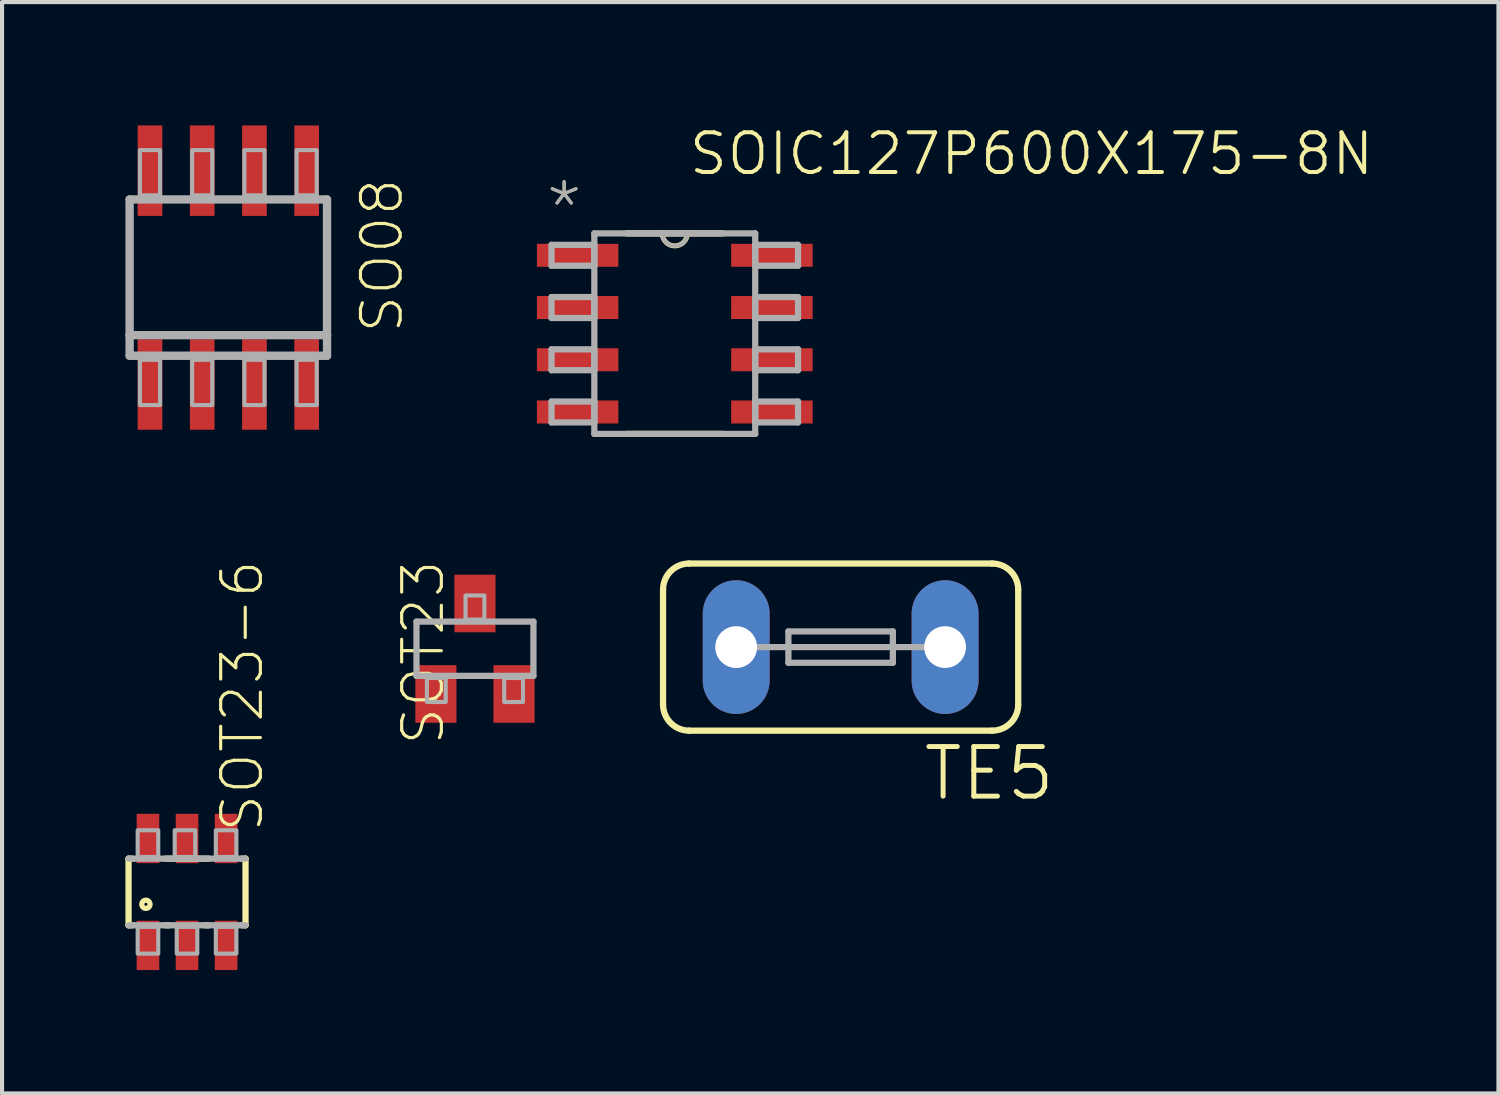
<source format=kicad_pcb>
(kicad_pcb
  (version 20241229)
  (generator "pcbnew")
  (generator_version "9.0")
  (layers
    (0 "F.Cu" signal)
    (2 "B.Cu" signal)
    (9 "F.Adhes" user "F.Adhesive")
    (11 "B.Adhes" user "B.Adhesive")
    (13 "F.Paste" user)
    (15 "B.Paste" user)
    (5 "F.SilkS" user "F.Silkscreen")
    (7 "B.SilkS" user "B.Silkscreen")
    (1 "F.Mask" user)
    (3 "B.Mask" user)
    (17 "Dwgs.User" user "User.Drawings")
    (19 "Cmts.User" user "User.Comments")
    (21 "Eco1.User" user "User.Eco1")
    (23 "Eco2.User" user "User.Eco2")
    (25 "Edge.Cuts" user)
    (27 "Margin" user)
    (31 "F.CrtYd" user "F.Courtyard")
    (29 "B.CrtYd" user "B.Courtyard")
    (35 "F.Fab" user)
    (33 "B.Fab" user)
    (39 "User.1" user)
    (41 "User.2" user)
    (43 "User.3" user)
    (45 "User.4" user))
  (footprint "SOIC127P600X175-8N"
    (layer "F.Cu")
    (at 13.358 5.063)
    (property "Reference" "SOIC127P600X175-8N" (at 0.294 -3.808 0) (layer "F.SilkS") (effects (font (size 0.965 0.965) (thickness 0.097)) (justify left bottom)))
    (attr through_hole)
    (fp_line (start -1.168 2.438) (end 1.168 2.438) (stroke (width 0.152) (type solid)) (layer "F.SilkS"))
    (fp_line (start -0.305 -2.438) (end -1.168 -2.438) (stroke (width 0.152) (type solid)) (layer "F.SilkS"))
    (fp_line (start 0.305 -2.438) (end -0.305 -2.438) (stroke (width 0.152) (type solid)) (layer "F.SilkS"))
    (fp_line (start 1.168 -2.438) (end 0.305 -2.438) (stroke (width 0.152) (type solid)) (layer "F.SilkS"))
    (fp_arc (start 0.3048 -2.4384) (mid 0 -2.1336) (end -0.3048 -2.4384) (stroke (width 0.12) (type solid)) (layer "F.SilkS"))
    (fp_line (start -2.997 -2.159) (end -2.997 -1.651) (stroke (width 0.152) (type solid)) (layer "F.Fab"))
    (fp_line (start -2.997 -1.651) (end -1.956 -1.651) (stroke (width 0.152) (type solid)) (layer "F.Fab"))
    (fp_line (start -2.997 -0.889) (end -2.997 -0.381) (stroke (width 0.152) (type solid)) (layer "F.Fab"))
    (fp_line (start -2.997 -0.381) (end -1.956 -0.381) (stroke (width 0.152) (type solid)) (layer "F.Fab"))
    (fp_line (start -2.997 0.381) (end -2.997 0.889) (stroke (width 0.152) (type solid)) (layer "F.Fab"))
    (fp_line (start -2.997 0.889) (end -1.956 0.889) (stroke (width 0.152) (type solid)) (layer "F.Fab"))
    (fp_line (start -2.997 1.651) (end -2.997 2.159) (stroke (width 0.152) (type solid)) (layer "F.Fab"))
    (fp_line (start -2.997 2.159) (end -1.956 2.159) (stroke (width 0.152) (type solid)) (layer "F.Fab"))
    (fp_line (start -1.956 -2.438) (end -1.956 2.438) (stroke (width 0.152) (type solid)) (layer "F.Fab"))
    (fp_line (start -1.956 -2.159) (end -2.997 -2.159) (stroke (width 0.152) (type solid)) (layer "F.Fab"))
    (fp_line (start -1.956 -1.651) (end -1.956 -2.159) (stroke (width 0.152) (type solid)) (layer "F.Fab"))
    (fp_line (start -1.956 -0.889) (end -2.997 -0.889) (stroke (width 0.152) (type solid)) (layer "F.Fab"))
    (fp_line (start -1.956 -0.381) (end -1.956 -0.889) (stroke (width 0.152) (type solid)) (layer "F.Fab"))
    (fp_line (start -1.956 0.381) (end -2.997 0.381) (stroke (width 0.152) (type solid)) (layer "F.Fab"))
    (fp_line (start -1.956 0.889) (end -1.956 0.381) (stroke (width 0.152) (type solid)) (layer "F.Fab"))
    (fp_line (start -1.956 1.651) (end -2.997 1.651) (stroke (width 0.152) (type solid)) (layer "F.Fab"))
    (fp_line (start -1.956 2.159) (end -1.956 1.651) (stroke (width 0.152) (type solid)) (layer "F.Fab"))
    (fp_line (start -1.956 2.438) (end 1.956 2.438) (stroke (width 0.152) (type solid)) (layer "F.Fab"))
    (fp_line (start -0.305 -2.438) (end -1.956 -2.438) (stroke (width 0.152) (type solid)) (layer "F.Fab"))
    (fp_line (start 0.305 -2.438) (end -0.305 -2.438) (stroke (width 0.152) (type solid)) (layer "F.Fab"))
    (fp_line (start 1.956 -2.438) (end 0.305 -2.438) (stroke (width 0.152) (type solid)) (layer "F.Fab"))
    (fp_line (start 1.956 -2.159) (end 1.956 -1.651) (stroke (width 0.152) (type solid)) (layer "F.Fab"))
    (fp_line (start 1.956 -1.651) (end 2.997 -1.651) (stroke (width 0.152) (type solid)) (layer "F.Fab"))
    (fp_line (start 1.956 -0.889) (end 1.956 -0.381) (stroke (width 0.152) (type solid)) (layer "F.Fab"))
    (fp_line (start 1.956 -0.381) (end 2.997 -0.381) (stroke (width 0.152) (type solid)) (layer "F.Fab"))
    (fp_line (start 1.956 0.381) (end 1.956 0.889) (stroke (width 0.152) (type solid)) (layer "F.Fab"))
    (fp_line (start 1.956 0.889) (end 2.997 0.889) (stroke (width 0.152) (type solid)) (layer "F.Fab"))
    (fp_line (start 1.956 1.651) (end 1.956 2.159) (stroke (width 0.152) (type solid)) (layer "F.Fab"))
    (fp_line (start 1.956 2.159) (end 2.997 2.159) (stroke (width 0.152) (type solid)) (layer "F.Fab"))
    (fp_line (start 1.956 2.438) (end 1.956 -2.438) (stroke (width 0.152) (type solid)) (layer "F.Fab"))
    (fp_line (start 2.997 -2.159) (end 1.956 -2.159) (stroke (width 0.152) (type solid)) (layer "F.Fab"))
    (fp_line (start 2.997 -1.651) (end 2.997 -2.159) (stroke (width 0.152) (type solid)) (layer "F.Fab"))
    (fp_line (start 2.997 -0.889) (end 1.956 -0.889) (stroke (width 0.152) (type solid)) (layer "F.Fab"))
    (fp_line (start 2.997 -0.381) (end 2.997 -0.889) (stroke (width 0.152) (type solid)) (layer "F.Fab"))
    (fp_line (start 2.997 0.381) (end 1.956 0.381) (stroke (width 0.152) (type solid)) (layer "F.Fab"))
    (fp_line (start 2.997 0.889) (end 2.997 0.381) (stroke (width 0.152) (type solid)) (layer "F.Fab"))
    (fp_line (start 2.997 1.651) (end 1.956 1.651) (stroke (width 0.152) (type solid)) (layer "F.Fab"))
    (fp_line (start 2.997 2.159) (end 2.997 1.651) (stroke (width 0.152) (type solid)) (layer "F.Fab"))
    (fp_arc (start 0.3048 -2.4384) (mid 0 -2.1336) (end -0.3048 -2.4384) (stroke (width 0.1) (type solid)) (layer "F.Fab"))
    (fp_text user "*" (at -3.2 -2.337 0) (layer "F.SilkS") (effects (font (size 1.206 1.206) (thickness 0.076)) (justify left bottom)))
    (fp_text user "*" (at -3.2 -2.337 0) (layer "F.Fab") (effects (font (size 1.206 1.206) (thickness 0.076)) (justify left bottom)))
    (pad "1" smd rect (at -2.362 -1.905) (size 1.981 0.559) (layers "F.Cu" "F.Mask" "F.Paste"))
    (pad "2" smd rect (at -2.362 -0.635) (size 1.981 0.559) (layers "F.Cu" "F.Mask" "F.Paste"))
    (pad "3" smd rect (at -2.362 0.635) (size 1.981 0.559) (layers "F.Cu" "F.Mask" "F.Paste"))
    (pad "4" smd rect (at -2.362 1.905) (size 1.981 0.559) (layers "F.Cu" "F.Mask" "F.Paste"))
    (pad "5" smd rect (at 2.362 1.905) (size 1.981 0.559) (layers "F.Cu" "F.Mask" "F.Paste"))
    (pad "6" smd rect (at 2.362 0.635) (size 1.981 0.559) (layers "F.Cu" "F.Mask" "F.Paste"))
    (pad "7" smd rect (at 2.362 -0.635) (size 1.981 0.559) (layers "F.Cu" "F.Mask" "F.Paste"))
    (pad "8" smd rect (at 2.362 -1.905) (size 1.981 0.559) (layers "F.Cu" "F.Mask" "F.Paste")))
  (footprint "TE5"
    (layer "F.Cu")
    (at 17.391 12.685)
    (property "Reference" "TE5" (at 1.953 3.778 180) (layer "F.SilkS") (effects (font (size 1.206 1.206) (thickness 0.121)) (justify left bottom)))
    (attr through_hole)
    (fp_line (start -4.318 -1.397) (end -4.318 1.397) (stroke (width 0.152) (type solid)) (layer "F.SilkS"))
    (fp_line (start -3.683 2.032) (end 3.683 2.032) (stroke (width 0.152) (type solid)) (layer "F.SilkS"))
    (fp_line (start 3.683 -2.032) (end -3.683 -2.032) (stroke (width 0.152) (type solid)) (layer "F.SilkS"))
    (fp_line (start 4.318 1.397) (end 4.318 -1.397) (stroke (width 0.152) (type solid)) (layer "F.SilkS"))
    (fp_arc (start -4.318 -1.397) (mid -4.132013 -1.846013) (end -3.683 -2.032) (stroke (width 0.1524) (type solid)) (layer "F.SilkS"))
    (fp_arc (start -3.683 2.032) (mid -4.132013 1.846013) (end -4.318 1.397) (stroke (width 0.1524) (type solid)) (layer "F.SilkS"))
    (fp_arc (start 3.683 -2.032) (mid 4.132013 -1.846013) (end 4.318 -1.397) (stroke (width 0.1524) (type solid)) (layer "F.SilkS"))
    (fp_arc (start 4.318 1.397) (mid 4.132013 1.846013) (end 3.683 2.032) (stroke (width 0.1524) (type solid)) (layer "F.SilkS"))
    (fp_line (start -2.159 0) (end 2.159 0) (stroke (width 0.152) (type solid)) (layer "F.Fab"))
    (fp_line (start -1.27 -0.381) (end -1.27 0.381) (stroke (width 0.152) (type solid)) (layer "F.Fab"))
    (fp_line (start -1.27 0.381) (end 1.27 0.381) (stroke (width 0.152) (type solid)) (layer "F.Fab"))
    (fp_line (start 1.27 -0.381) (end -1.27 -0.381) (stroke (width 0.152) (type solid)) (layer "F.Fab"))
    (fp_line (start 1.27 -0.381) (end 1.27 0.381) (stroke (width 0.152) (type solid)) (layer "F.Fab"))
    (pad "1" thru_hole oval (at -2.54 0 90) (size 3.251 1.626) (drill 1.016) (layers "*.Cu" "*.Mask"))
    (pad "2" thru_hole oval (at 2.54 0 90) (size 3.251 1.626) (drill 1.016) (layers "*.Cu" "*.Mask")))
  (footprint "SO08"
    (layer "F.Cu")
    (at 2.502 3.7)
    (property "Reference" "SO08" (at 4.3 1.4 270) (layer "F.SilkS") (effects (font (size 0.965 0.965) (thickness 0.077)) (justify left bottom)))
    (attr through_hole)
    (fp_line (start -2.4 -1.9) (end 2.4 -1.9) (stroke (width 0.203) (type solid)) (layer "F.Fab"))
    (fp_line (start -2.4 1.4) (end -2.4 -1.9) (stroke (width 0.203) (type solid)) (layer "F.Fab"))
    (fp_line (start -2.4 1.9) (end -2.4 1.4) (stroke (width 0.203) (type solid)) (layer "F.Fab"))
    (fp_line (start 2.4 -1.9) (end 2.4 1.4) (stroke (width 0.203) (type solid)) (layer "F.Fab"))
    (fp_line (start 2.4 1.4) (end -2.4 1.4) (stroke (width 0.203) (type solid)) (layer "F.Fab"))
    (fp_line (start 2.4 1.4) (end 2.4 1.9) (stroke (width 0.203) (type solid)) (layer "F.Fab"))
    (fp_line (start 2.4 1.9) (end -2.4 1.9) (stroke (width 0.203) (type solid)) (layer "F.Fab"))
    (fp_poly (pts (xy -2.15 -2) (xy -1.66 -2) (xy -1.66 -3.1) (xy -2.15 -3.1)) (stroke (width 0.1) (type solid)) (fill no) (layer "F.Fab"))
    (fp_poly (pts (xy -2.15 3.1) (xy -1.66 3.1) (xy -1.66 2) (xy -2.15 2)) (stroke (width 0.1) (type solid)) (fill no) (layer "F.Fab"))
    (fp_poly (pts (xy -0.88 -2) (xy -0.39 -2) (xy -0.39 -3.1) (xy -0.88 -3.1)) (stroke (width 0.1) (type solid)) (fill no) (layer "F.Fab"))
    (fp_poly (pts (xy -0.88 3.1) (xy -0.39 3.1) (xy -0.39 2) (xy -0.88 2)) (stroke (width 0.1) (type solid)) (fill no) (layer "F.Fab"))
    (fp_poly (pts (xy 0.39 -2) (xy 0.88 -2) (xy 0.88 -3.1) (xy 0.39 -3.1)) (stroke (width 0.1) (type solid)) (fill no) (layer "F.Fab"))
    (fp_poly (pts (xy 0.39 3.1) (xy 0.88 3.1) (xy 0.88 2) (xy 0.39 2)) (stroke (width 0.1) (type solid)) (fill no) (layer "F.Fab"))
    (fp_poly (pts (xy 1.66 -2) (xy 2.15 -2) (xy 2.15 -3.1) (xy 1.66 -3.1)) (stroke (width 0.1) (type solid)) (fill no) (layer "F.Fab"))
    (fp_poly (pts (xy 1.66 3.1) (xy 2.15 3.1) (xy 2.15 2) (xy 1.66 2)) (stroke (width 0.1) (type solid)) (fill no) (layer "F.Fab"))
    (pad "1" smd rect (at -1.905 2.6) (size 0.6 2.2) (layers "F.Cu" "F.Mask" "F.Paste"))
    (pad "2" smd rect (at -0.635 2.6) (size 0.6 2.2) (layers "F.Cu" "F.Mask" "F.Paste"))
    (pad "3" smd rect (at 0.635 2.6) (size 0.6 2.2) (layers "F.Cu" "F.Mask" "F.Paste"))
    (pad "4" smd rect (at 1.905 2.6) (size 0.6 2.2) (layers "F.Cu" "F.Mask" "F.Paste"))
    (pad "5" smd rect (at 1.905 -2.6) (size 0.6 2.2) (layers "F.Cu" "F.Mask" "F.Paste"))
    (pad "6" smd rect (at 0.635 -2.6) (size 0.6 2.2) (layers "F.Cu" "F.Mask" "F.Paste"))
    (pad "7" smd rect (at -0.635 -2.6) (size 0.6 2.2) (layers "F.Cu" "F.Mask" "F.Paste"))
    (pad "8" smd rect (at -1.905 -2.6) (size 0.6 2.2) (layers "F.Cu" "F.Mask" "F.Paste")))
  (footprint "SOT23-6"
    (layer "F.Cu")
    (at 1.498 18.639)
    (property "Reference" "SOT23-6" (at 1.905 -1.405 90) (layer "F.SilkS") (effects (font (size 0.965 0.965) (thickness 0.077)) (justify left bottom)))
    (attr through_hole)
    (fp_line (start -1.422 -0.81) (end -1.328 -0.81) (stroke (width 0.152) (type solid)) (layer "F.SilkS"))
    (fp_line (start -1.422 0.81) (end -1.422 -0.81) (stroke (width 0.152) (type solid)) (layer "F.SilkS"))
    (fp_line (start -1.328 0.81) (end -1.422 0.81) (stroke (width 0.152) (type solid)) (layer "F.SilkS"))
    (fp_line (start -0.522 -0.81) (end 0.522 -0.81) (stroke (width 0.152) (type solid)) (layer "F.SilkS"))
    (fp_line (start -0.428 0.81) (end -0.522 0.81) (stroke (width 0.152) (type solid)) (layer "F.SilkS"))
    (fp_line (start 0.522 0.81) (end 0.428 0.81) (stroke (width 0.152) (type solid)) (layer "F.SilkS"))
    (fp_line (start 1.328 -0.81) (end 1.422 -0.81) (stroke (width 0.152) (type solid)) (layer "F.SilkS"))
    (fp_line (start 1.422 -0.81) (end 1.422 0.81) (stroke (width 0.152) (type solid)) (layer "F.SilkS"))
    (fp_line (start 1.422 0.81) (end 1.328 0.81) (stroke (width 0.152) (type solid)) (layer "F.SilkS"))
    (fp_circle (center -1 0.3) (end -0.9 0.3) (stroke (width 0.127) (type solid)) (fill no) (layer "F.SilkS"))
    (fp_line (start -1.422 -0.81) (end 1.422 -0.81) (stroke (width 0.152) (type solid)) (layer "F.Fab"))
    (fp_line (start 1.422 0.81) (end -1.422 0.81) (stroke (width 0.152) (type solid)) (layer "F.Fab"))
    (fp_poly (pts (xy -1.2 -0.85) (xy -0.7 -0.85) (xy -0.7 -1.5) (xy -1.2 -1.5)) (stroke (width 0.1) (type solid)) (fill no) (layer "F.Fab"))
    (fp_poly (pts (xy -1.2 1.5) (xy -0.7 1.5) (xy -0.7 0.85) (xy -1.2 0.85)) (stroke (width 0.1) (type solid)) (fill no) (layer "F.Fab"))
    (fp_poly (pts (xy -0.3 -0.85) (xy 0.2 -0.85) (xy 0.2 -1.5) (xy -0.3 -1.5)) (stroke (width 0.1) (type solid)) (fill no) (layer "F.Fab"))
    (fp_poly (pts (xy -0.25 1.5) (xy 0.25 1.5) (xy 0.25 0.85) (xy -0.25 0.85)) (stroke (width 0.1) (type solid)) (fill no) (layer "F.Fab"))
    (fp_poly (pts (xy 0.7 -0.85) (xy 1.2 -0.85) (xy 1.2 -1.5) (xy 0.7 -1.5)) (stroke (width 0.1) (type solid)) (fill no) (layer "F.Fab"))
    (fp_poly (pts (xy 0.7 1.5) (xy 1.2 1.5) (xy 1.2 0.85) (xy 0.7 0.85)) (stroke (width 0.1) (type solid)) (fill no) (layer "F.Fab"))
    (pad "1" smd rect (at -0.95 1.3) (size 0.55 1.2) (layers "F.Cu" "F.Mask" "F.Paste"))
    (pad "2" smd rect (at 0 1.3) (size 0.55 1.2) (layers "F.Cu" "F.Mask" "F.Paste"))
    (pad "3" smd rect (at 0.95 1.3) (size 0.55 1.2) (layers "F.Cu" "F.Mask" "F.Paste"))
    (pad "4" smd rect (at 0.95 -1.3) (size 0.55 1.2) (layers "F.Cu" "F.Mask" "F.Paste"))
    (pad "5" smd rect (at 0 -1.3) (size 0.55 1.2) (layers "F.Cu" "F.Mask" "F.Paste"))
    (pad "6" smd rect (at -0.95 -1.3) (size 0.55 1.2) (layers "F.Cu" "F.Mask" "F.Paste")))
  (footprint "SOT23"
    (layer "F.Cu")
    (at 8.499 12.725)
    (property "Reference" "SOT23" (at -0.695 2.395 270) (layer "F.SilkS") (effects (font (size 0.965 0.965) (thickness 0.077)) (justify left bottom)))
    (attr through_hole)
    (fp_line (start -1.422 -0.66) (end 1.422 -0.66) (stroke (width 0.152) (type solid)) (layer "F.Fab"))
    (fp_line (start -1.422 0.66) (end -1.422 -0.66) (stroke (width 0.152) (type solid)) (layer "F.Fab"))
    (fp_line (start 1.422 -0.66) (end 1.422 0.66) (stroke (width 0.152) (type solid)) (layer "F.Fab"))
    (fp_line (start 1.422 0.66) (end -1.422 0.66) (stroke (width 0.152) (type solid)) (layer "F.Fab"))
    (fp_poly (pts (xy -1.168 1.295) (xy -0.711 1.295) (xy -0.711 0.711) (xy -1.168 0.711)) (stroke (width 0.1) (type solid)) (fill no) (layer "F.Fab"))
    (fp_poly (pts (xy -0.229 -0.711) (xy 0.229 -0.711) (xy 0.229 -1.295) (xy -0.229 -1.295)) (stroke (width 0.1) (type solid)) (fill no) (layer "F.Fab"))
    (fp_poly (pts (xy 0.711 1.295) (xy 1.168 1.295) (xy 1.168 0.711) (xy 0.711 0.711)) (stroke (width 0.1) (type solid)) (fill no) (layer "F.Fab"))
    (pad "1" smd rect (at -0.95 1.1) (size 1 1.4) (layers "F.Cu" "F.Mask" "F.Paste"))
    (pad "2" smd rect (at 0.95 1.1) (size 1 1.4) (layers "F.Cu" "F.Mask" "F.Paste"))
    (pad "3" smd rect (at 0 -1.1) (size 1 1.4) (layers "F.Cu" "F.Mask" "F.Paste")))
  (gr_rect
    (start -3 -3)
    (end 33.387 23.539)
    (stroke (width 0.1) (type default))
    (fill no)
    (layer "Edge.Cuts")))
</source>
